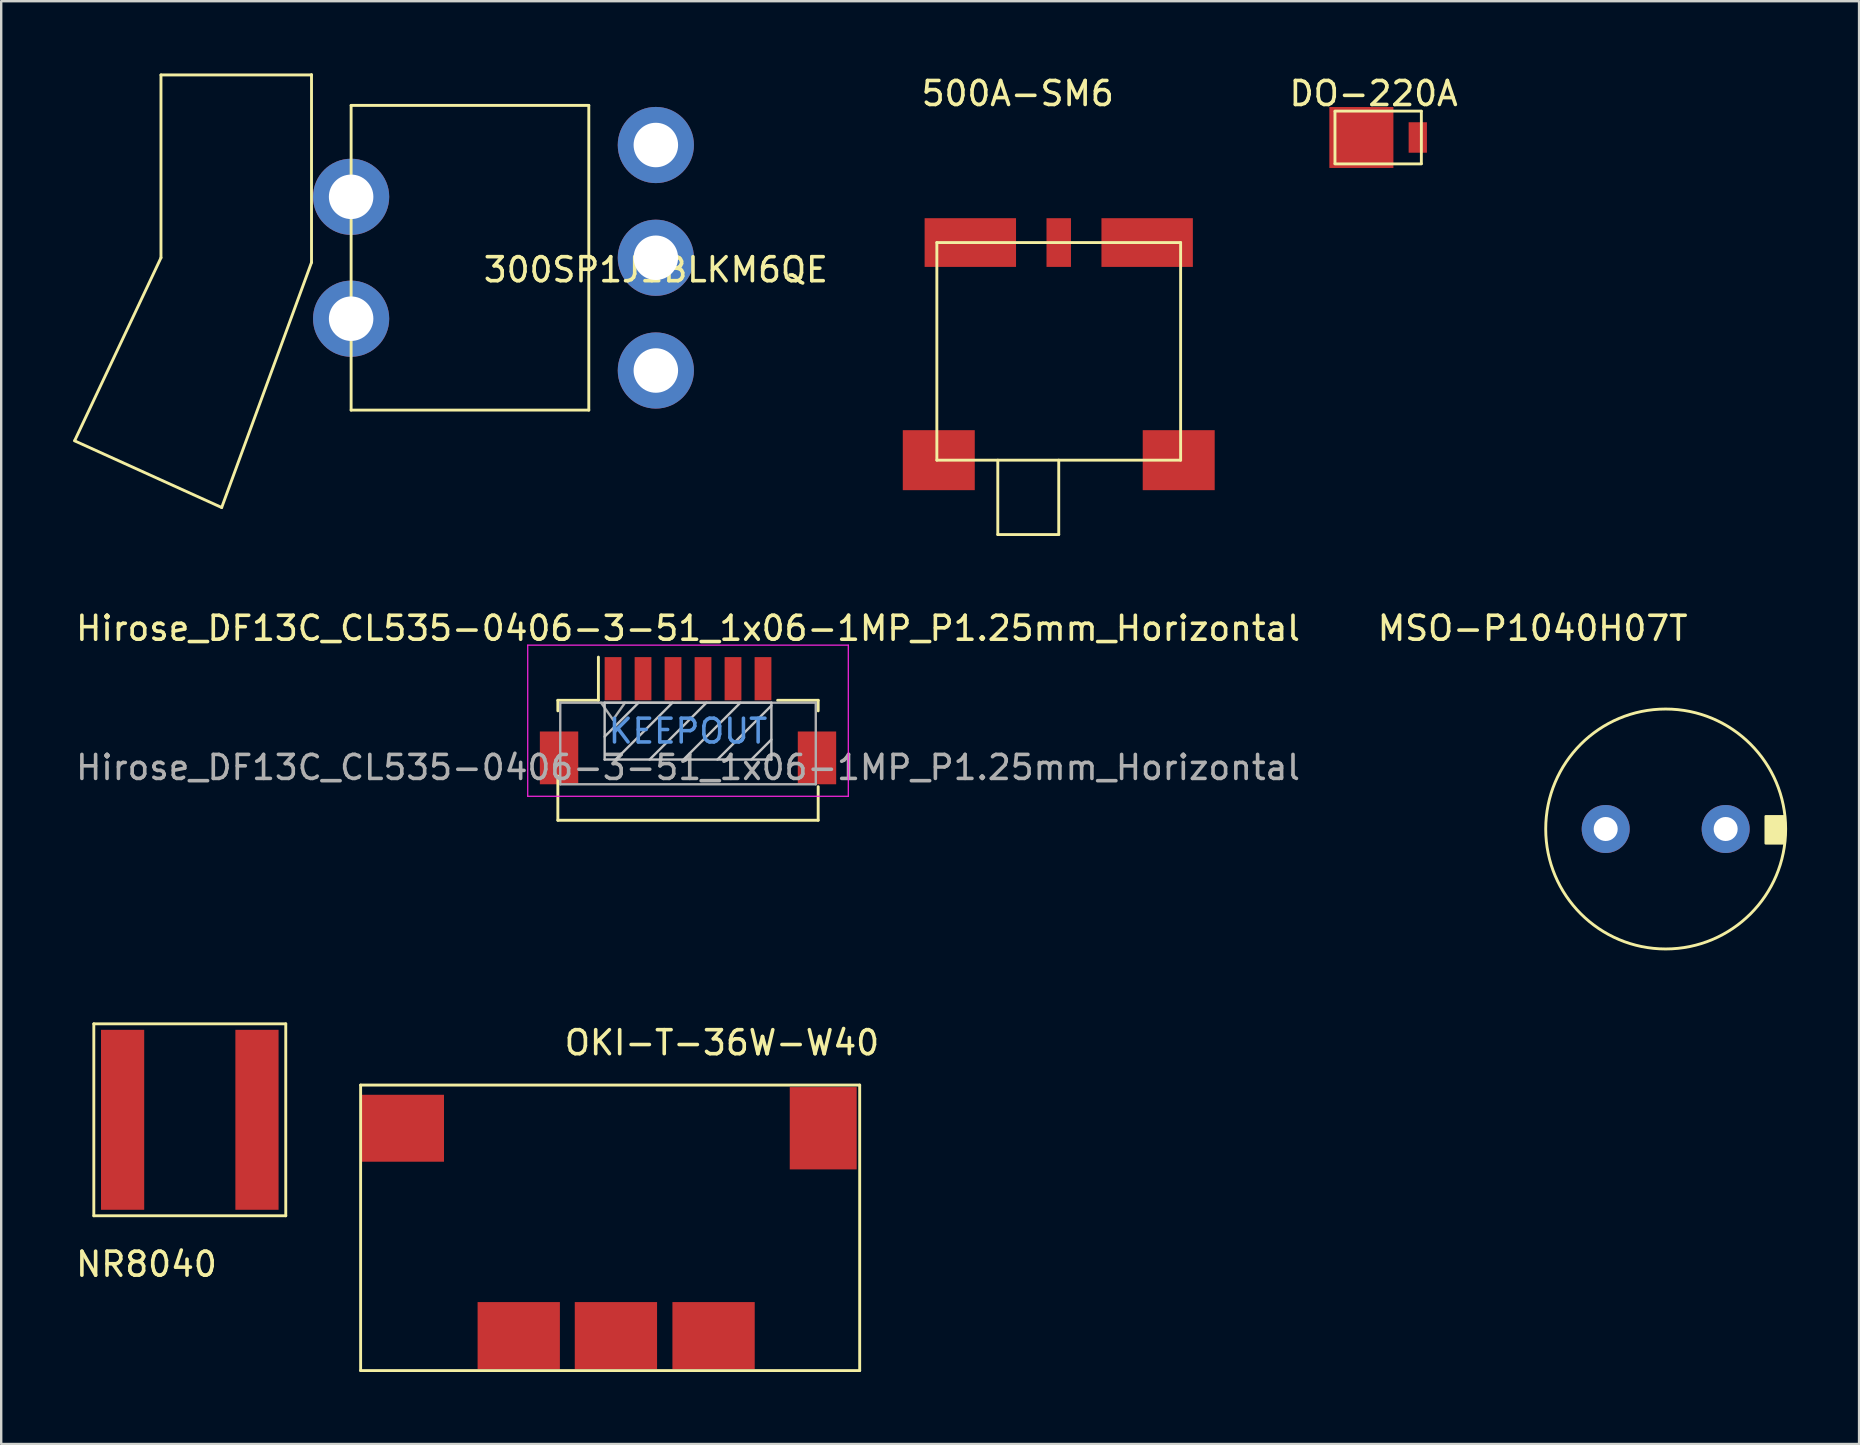
<source format=kicad_pcb>
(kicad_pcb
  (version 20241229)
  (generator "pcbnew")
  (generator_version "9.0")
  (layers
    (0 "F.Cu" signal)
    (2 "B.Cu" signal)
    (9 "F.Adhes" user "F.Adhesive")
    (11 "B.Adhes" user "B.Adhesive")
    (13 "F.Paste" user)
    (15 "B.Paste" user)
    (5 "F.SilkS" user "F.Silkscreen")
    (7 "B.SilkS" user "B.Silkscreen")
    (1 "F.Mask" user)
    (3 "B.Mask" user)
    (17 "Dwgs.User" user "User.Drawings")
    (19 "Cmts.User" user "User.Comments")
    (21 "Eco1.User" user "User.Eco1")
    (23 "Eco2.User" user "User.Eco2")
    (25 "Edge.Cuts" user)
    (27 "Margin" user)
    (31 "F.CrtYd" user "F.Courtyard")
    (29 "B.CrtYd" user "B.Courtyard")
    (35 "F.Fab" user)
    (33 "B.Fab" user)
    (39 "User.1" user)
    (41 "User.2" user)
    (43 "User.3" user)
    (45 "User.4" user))
  (footprint "Hirose_DF13C_CL535-0406-3-51_1x06-1MP_P1.25mm_Horizontal"
    (layer "F.Cu")
    (at 25.625 26.687)
    (property "Reference" "Hirose_DF13C_CL535-0406-3-51_1x06-1MP_P1.25mm_Horizontal" (at 0 -3.55 0) (layer "F.SilkS") (effects (font (size 1 1) (thickness 0.15))))
    (attr smd)
    (fp_line (start -5.425 -0.55) (end -5.425 -0.11) (stroke (width 0.12) (type solid)) (layer "F.SilkS"))
    (fp_line (start -5.425 2.61) (end -5.425 4.45) (stroke (width 0.12) (type solid)) (layer "F.SilkS"))
    (fp_line (start -5.425 4.45) (end 5.425 4.45) (stroke (width 0.12) (type solid)) (layer "F.SilkS"))
    (fp_line (start -3.735 -0.55) (end -5.425 -0.55) (stroke (width 0.12) (type solid)) (layer "F.SilkS"))
    (fp_line (start -3.735 -0.55) (end -3.735 -2.35) (stroke (width 0.12) (type solid)) (layer "F.SilkS"))
    (fp_line (start 3.735 -0.55) (end 5.425 -0.55) (stroke (width 0.12) (type solid)) (layer "F.SilkS"))
    (fp_line (start 5.425 -0.55) (end 5.425 -0.11) (stroke (width 0.12) (type solid)) (layer "F.SilkS"))
    (fp_line (start 5.425 3.05) (end 5.425 4.45) (stroke (width 0.12) (type solid)) (layer "F.SilkS"))
    (fp_line (start -3.475 -0.45) (end -3.475 1.92) (stroke (width 0.1) (type solid)) (layer "Dwgs.User"))
    (fp_line (start -3.475 1.92) (end 3.475 1.92) (stroke (width 0.1) (type solid)) (layer "Dwgs.User"))
    (fp_line (start -2.061 -0.45) (end -3.475 0.964) (stroke (width 0.1) (type solid)) (layer "Dwgs.User"))
    (fp_line (start -0.647 -0.45) (end -3.017 1.92) (stroke (width 0.1) (type solid)) (layer "Dwgs.User"))
    (fp_line (start 0.768 -0.45) (end -1.602 1.92) (stroke (width 0.1) (type solid)) (layer "Dwgs.User"))
    (fp_line (start 2.182 -0.45) (end -0.188 1.92) (stroke (width 0.1) (type solid)) (layer "Dwgs.User"))
    (fp_line (start 3.475 -0.45) (end -3.475 -0.45) (stroke (width 0.1) (type solid)) (layer "Dwgs.User"))
    (fp_line (start 3.475 -0.329) (end 1.226 1.92) (stroke (width 0.1) (type solid)) (layer "Dwgs.User"))
    (fp_line (start 3.475 1.085) (end 2.64 1.92) (stroke (width 0.1) (type solid)) (layer "Dwgs.User"))
    (fp_line (start 3.475 1.92) (end 3.475 -0.45) (stroke (width 0.1) (type solid)) (layer "Dwgs.User"))
    (fp_line (start -6.68 -2.85) (end -6.68 3.45) (stroke (width 0.05) (type solid)) (layer "F.CrtYd"))
    (fp_line (start -6.68 3.45) (end 6.68 3.45) (stroke (width 0.05) (type solid)) (layer "F.CrtYd"))
    (fp_line (start 6.68 -2.85) (end -6.68 -2.85) (stroke (width 0.05) (type solid)) (layer "F.CrtYd"))
    (fp_line (start 6.68 3.45) (end 6.68 -2.85) (stroke (width 0.05) (type solid)) (layer "F.CrtYd"))
    (fp_line (start -5.325 -0.45) (end -5.325 2.95) (stroke (width 0.1) (type solid)) (layer "F.Fab"))
    (fp_line (start -5.325 2.95) (end 5.325 2.95) (stroke (width 0.1) (type solid)) (layer "F.Fab"))
    (fp_line (start -3.625 -0.45) (end -3.125 0.257) (stroke (width 0.1) (type solid)) (layer "F.Fab"))
    (fp_line (start -3.125 0.257) (end -2.625 -0.45) (stroke (width 0.1) (type solid)) (layer "F.Fab"))
    (fp_line (start 5.325 -0.45) (end -5.325 -0.45) (stroke (width 0.1) (type solid)) (layer "F.Fab"))
    (fp_line (start 5.325 2.95) (end 5.325 -0.45) (stroke (width 0.1) (type solid)) (layer "F.Fab"))
    (fp_text user "KEEPOUT" (at 0 0.735 0) (layer "Cmts.User") (effects (font (size 0.99 0.99) (thickness 0.148))))
    (fp_text user "${REFERENCE}" (at 0 2.25 0) (layer "F.Fab") (effects (font (size 1 1) (thickness 0.15))))
    (pad "1" smd rect (at -3.125 -1.45) (size 0.7 1.8) (layers "F.Cu" "F.Mask" "F.Paste"))
    (pad "2" smd rect (at -1.875 -1.45) (size 0.7 1.8) (layers "F.Cu" "F.Mask" "F.Paste"))
    (pad "3" smd rect (at -0.625 -1.45) (size 0.7 1.8) (layers "F.Cu" "F.Mask" "F.Paste"))
    (pad "4" smd rect (at 0.625 -1.45) (size 0.7 1.8) (layers "F.Cu" "F.Mask" "F.Paste"))
    (pad "5" smd rect (at 1.875 -1.45) (size 0.7 1.8) (layers "F.Cu" "F.Mask" "F.Paste"))
    (pad "6" smd rect (at 3.125 -1.45) (size 0.7 1.8) (layers "F.Cu" "F.Mask" "F.Paste"))
    (pad "MP" smd rect (at -5.375 1.85) (size 1.6 2.2) (layers "F.Cu" "F.Mask" "F.Paste"))
    (pad "MP" smd rect (at 5.375 1.85) (size 1.6 2.2) (layers "F.Cu" "F.Mask" "F.Paste")))
  (footprint "DO-220A"
    (layer "F.Cu")
    (at 54.389 2.68)
    (property "Reference" "DO-220A" (at -0.188 -1.831 0) (layer "F.SilkS") (effects (font (size 1 1) (thickness 0.15))))
    (attr through_hole)
    (fp_line (start -1.8 -1.1) (end 1.8 -1.1) (stroke (width 0.12) (type solid)) (layer "F.SilkS"))
    (fp_line (start -1.8 -1.09) (end -1.8 1.09) (stroke (width 0.12) (type solid)) (layer "F.SilkS"))
    (fp_line (start 1.8 -1.09) (end 1.8 1.09) (stroke (width 0.12) (type solid)) (layer "F.SilkS"))
    (fp_line (start 1.8 1.1) (end -1.8 1.1) (stroke (width 0.12) (type solid)) (layer "F.SilkS"))
    (pad "1" smd rect (at -0.7 0) (size 2.67 2.54) (layers "F.Cu" "F.Mask" "F.Paste"))
    (pad "2" smd rect (at 1.651 0) (size 0.762 1.27) (layers "F.Cu" "F.Mask" "F.Paste")))
  (footprint "300SP1J1BLKM6QE"
    (layer "F.Cu")
    (at 24.284 7.693)
    (property "Reference" "300SP1J1BLKM6QE" (at 0 0.5 0) (layer "F.SilkS") (effects (font (size 1 1) (thickness 0.15))))
    (attr through_hole)
    (fp_line (start -24.224 7.63) (end -18.095 10.409) (stroke (width 0.12) (type solid)) (layer "F.SilkS"))
    (fp_line (start -20.625 0) (end -24.221 7.62) (stroke (width 0.12) (type solid)) (layer "F.SilkS"))
    (fp_line (start -20.625 0) (end -20.625 -7.62) (stroke (width 0.12) (type solid)) (layer "F.SilkS"))
    (fp_line (start -18.095 10.409) (end -14.351 0.196) (stroke (width 0.12) (type solid)) (layer "F.SilkS"))
    (fp_line (start -14.351 -7.62) (end -20.625 -7.62) (stroke (width 0.12) (type solid)) (layer "F.SilkS"))
    (fp_line (start -14.351 0.196) (end -14.351 -7.633) (stroke (width 0.12) (type solid)) (layer "F.SilkS"))
    (fp_line (start -12.7 6.35) (end -12.7 -6.35) (stroke (width 0.12) (type solid)) (layer "F.SilkS"))
    (fp_line (start -2.794 -6.35) (end -12.7 -6.35) (stroke (width 0.12) (type solid)) (layer "F.SilkS"))
    (fp_line (start -2.794 -6.35) (end -2.794 6.35) (stroke (width 0.12) (type solid)) (layer "F.SilkS"))
    (fp_line (start -2.794 6.35) (end -12.7 6.35) (stroke (width 0.12) (type solid)) (layer "F.SilkS"))
    (pad "" thru_hole circle (at -12.7 -2.54) (size 3.175 3.175) (drill 1.854) (layers "*.Cu" "*.Mask"))
    (pad "" thru_hole circle (at -12.7 2.54) (size 3.175 3.175) (drill 1.854) (layers "*.Cu" "*.Mask"))
    (pad "1" thru_hole circle (at 0 -4.699) (size 3.175 3.175) (drill 1.854) (layers "*.Cu" "*.Mask"))
    (pad "2" thru_hole circle (at 0 0) (size 3.175 3.175) (drill 1.854) (layers "*.Cu" "*.Mask"))
    (pad "3" thru_hole circle (at 0 4.699) (size 3.175 3.175) (drill 1.854) (layers "*.Cu" "*.Mask")))
  (footprint "NR8040"
    (layer "F.Cu")
    (at 4.86 43.621)
    (property "Reference" "NR8040" (at -1.806 6.02 0) (layer "F.SilkS") (effects (font (size 1 1) (thickness 0.15))))
    (attr through_hole)
    (fp_line (start -4 -4) (end -4 4) (stroke (width 0.12) (type solid)) (layer "F.SilkS"))
    (fp_line (start -4 -4) (end 4 -4) (stroke (width 0.12) (type solid)) (layer "F.SilkS"))
    (fp_line (start 4 4) (end -4 4) (stroke (width 0.12) (type solid)) (layer "F.SilkS"))
    (fp_line (start 4 4) (end 4 -4) (stroke (width 0.12) (type solid)) (layer "F.SilkS"))
    (pad "1" smd rect (at -2.8 0) (size 1.8 7.5) (layers "F.Cu" "F.Mask" "F.Paste"))
    (pad "2" smd rect (at 2.8 0) (size 1.8 7.5) (layers "F.Cu" "F.Mask" "F.Paste")))
  (footprint "MSO-P1040H07T"
    (layer "F.Cu")
    (at 66.372 31.501)
    (property "Reference" "MSO-P1040H07T" (at -5.545 -8.364 0) (layer "F.SilkS") (effects (font (size 1 1) (thickness 0.15))))
    (attr through_hole)
    (fp_circle (center 0 0) (end 5 0) (stroke (width 0.12) (type solid)) (fill no) (layer "F.SilkS"))
    (fp_poly (pts (xy 4.94 0.599) (xy 4.168 0.599) (xy 4.168 -0.531) (xy 4.94 -0.531)) (stroke (width 0.1) (type solid)) (fill yes) (layer "F.SilkS"))
    (pad "1" thru_hole circle (at 2.5 0) (size 2 2) (drill 1) (layers "*.Cu" "*.Mask"))
    (pad "2" thru_hole circle (at -2.5 0) (size 2 2) (drill 1) (layers "*.Cu" "*.Mask")))
  (footprint "OKI-T-36W-W40"
    (layer "F.Cu")
    (at 31.26 43.973)
    (property "Reference" "OKI-T-36W-W40" (at -4.221 -3.564 0) (layer "F.SilkS") (effects (font (size 1 1) (thickness 0.15))))
    (attr through_hole)
    (fp_line (start -19.28 10.1) (end -19.28 -1.8) (stroke (width 0.12) (type solid)) (layer "F.SilkS"))
    (fp_line (start 1.52 -1.8) (end -19.28 -1.8) (stroke (width 0.12) (type solid)) (layer "F.SilkS"))
    (fp_line (start 1.52 -1.8) (end 1.52 10.1) (stroke (width 0.12) (type solid)) (layer "F.SilkS"))
    (fp_line (start 1.52 10.1) (end -19.28 10.1) (stroke (width 0.12) (type solid)) (layer "F.SilkS"))
    (pad "1" smd rect (at 0 0 270) (size 3.43 2.79) (layers "F.Cu" "F.Mask" "F.Paste"))
    (pad "2" smd rect (at -17.52 0) (size 3.43 2.79) (layers "F.Cu" "F.Mask" "F.Paste"))
    (pad "3" smd rect (at -12.69 8.64) (size 3.43 2.79) (layers "F.Cu" "F.Mask" "F.Paste"))
    (pad "4" smd rect (at -8.64 8.64) (size 3.43 2.79) (layers "F.Cu" "F.Mask" "F.Paste"))
    (pad "5" smd rect (at -4.57 8.64) (size 3.43 2.79) (layers "F.Cu" "F.Mask" "F.Paste")))
  (footprint "500A-SM6"
    (layer "F.Cu")
    (at 41.076 7.059)
    (property "Reference" "500A-SM6" (at -1.709 -6.21 0) (layer "F.SilkS") (effects (font (size 1 1) (thickness 0.15))))
    (attr through_hole)
    (fp_line (start -5.08 0) (end -5.08 9.07) (stroke (width 0.12) (type solid)) (layer "F.SilkS"))
    (fp_line (start -5.08 9.07) (end 5.08 9.07) (stroke (width 0.12) (type solid)) (layer "F.SilkS"))
    (fp_line (start -2.54 9.07) (end -2.54 12.17) (stroke (width 0.12) (type solid)) (layer "F.SilkS"))
    (fp_line (start -2.54 12.17) (end 0 12.17) (stroke (width 0.12) (type solid)) (layer "F.SilkS"))
    (fp_line (start 0 12.17) (end 0 9.07) (stroke (width 0.12) (type solid)) (layer "F.SilkS"))
    (fp_line (start 5.08 0) (end -5.08 0) (stroke (width 0.12) (type solid)) (layer "F.SilkS"))
    (fp_line (start 5.08 9.07) (end 5.08 0) (stroke (width 0.12) (type solid)) (layer "F.SilkS"))
    (pad "0" smd rect (at -5 9.07) (size 3 2.5) (layers "F.Cu" "F.Mask" "F.Paste"))
    (pad "0" smd rect (at 5 9.07) (size 3 2.5) (layers "F.Cu" "F.Mask" "F.Paste"))
    (pad "1" smd rect (at 3.685 0) (size 3.81 2.03) (layers "F.Cu" "F.Mask" "F.Paste"))
    (pad "2" smd rect (at 0 0) (size 1.02 2.03) (layers "F.Cu" "F.Mask" "F.Paste"))
    (pad "3" smd rect (at -3.685 0) (size 3.81 2.03) (layers "F.Cu" "F.Mask" "F.Paste")))
  (gr_rect
    (start -3 -3)
    (end 74.432 57.133)
    (stroke (width 0.1) (type default))
    (fill no)
    (layer "Edge.Cuts")))
</source>
